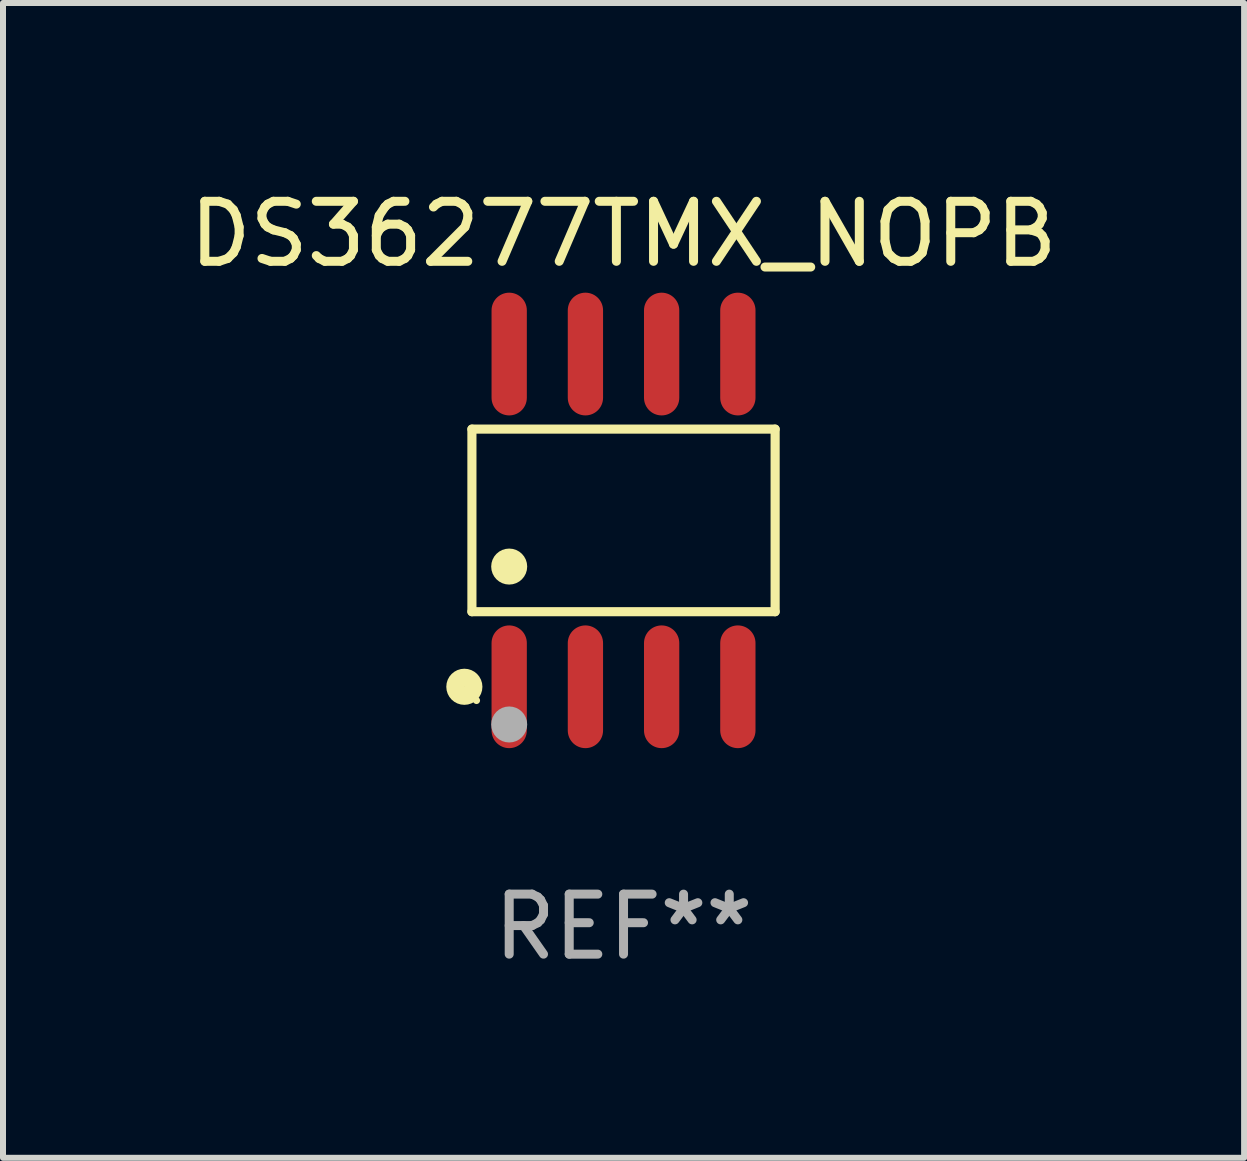
<source format=kicad_pcb>
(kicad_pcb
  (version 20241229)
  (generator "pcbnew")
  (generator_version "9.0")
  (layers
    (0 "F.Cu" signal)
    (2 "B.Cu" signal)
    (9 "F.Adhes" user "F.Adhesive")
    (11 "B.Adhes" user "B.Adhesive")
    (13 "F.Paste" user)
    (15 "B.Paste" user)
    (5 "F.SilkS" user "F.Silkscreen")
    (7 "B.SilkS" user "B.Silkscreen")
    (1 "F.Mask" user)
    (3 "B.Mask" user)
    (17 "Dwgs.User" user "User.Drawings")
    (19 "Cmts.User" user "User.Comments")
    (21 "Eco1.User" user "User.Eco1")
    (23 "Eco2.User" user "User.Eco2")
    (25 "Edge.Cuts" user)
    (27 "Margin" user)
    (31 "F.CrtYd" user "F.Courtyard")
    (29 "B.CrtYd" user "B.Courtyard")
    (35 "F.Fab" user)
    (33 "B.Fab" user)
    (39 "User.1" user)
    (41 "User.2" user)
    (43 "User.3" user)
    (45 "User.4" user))
  (footprint "DS36277TMX_NOPB"
    (layer "F.Cu")
    (at 7.339 5.621)
    (property "Reference" "DS36277TMX_NOPB" (at 0 -4.772 0) (layer "F.SilkS") (effects (font (size 1 1) (thickness 0.15))))
    (attr through_hole)
    (fp_line (start -2.526 -1.521) (end 2.526 -1.521) (stroke (width 0.152) (type solid)) (layer "F.SilkS"))
    (fp_line (start -2.526 1.521) (end -2.526 -1.521) (stroke (width 0.152) (type solid)) (layer "F.SilkS"))
    (fp_line (start 2.526 -1.521) (end 2.526 1.521) (stroke (width 0.152) (type solid)) (layer "F.SilkS"))
    (fp_line (start 2.526 1.521) (end -2.526 1.521) (stroke (width 0.152) (type solid)) (layer "F.SilkS"))
    (fp_circle (center -2.652 2.772) (end -2.501 2.772) (stroke (width 0.3) (type solid)) (fill no) (layer "F.SilkS"))
    (fp_circle (center -2.45 3) (end -2.42 3) (stroke (width 0.06) (type solid)) (fill no) (layer "F.SilkS"))
    (fp_circle (center -1.905 0.769) (end -1.755 0.769) (stroke (width 0.3) (type solid)) (fill no) (layer "F.SilkS"))
    (fp_circle (center -1.905 3.4) (end -1.755 3.4) (stroke (width 0.3) (type solid)) (fill no) (layer "F.Fab"))
    (fp_text user "REF**" (at 0 6.772 0) (layer "F.Fab") (effects (font (size 1 1) (thickness 0.15))))
    (pad "1" smd oval (at -1.905 2.772) (size 0.588 2.045) (layers "F.Cu" "F.Mask" "F.Paste"))
    (pad "2" smd oval (at -0.635 2.772) (size 0.588 2.045) (layers "F.Cu" "F.Mask" "F.Paste"))
    (pad "3" smd oval (at 0.635 2.772) (size 0.588 2.045) (layers "F.Cu" "F.Mask" "F.Paste"))
    (pad "4" smd oval (at 1.905 2.772) (size 0.588 2.045) (layers "F.Cu" "F.Mask" "F.Paste"))
    (pad "5" smd oval (at 1.905 -2.772) (size 0.588 2.045) (layers "F.Cu" "F.Mask" "F.Paste"))
    (pad "6" smd oval (at 0.635 -2.772) (size 0.588 2.045) (layers "F.Cu" "F.Mask" "F.Paste"))
    (pad "7" smd oval (at -0.635 -2.772) (size 0.588 2.045) (layers "F.Cu" "F.Mask" "F.Paste"))
    (pad "8" smd oval (at -1.905 -2.772) (size 0.588 2.045) (layers "F.Cu" "F.Mask" "F.Paste")))
  (gr_rect
    (start -3 -3)
    (end 17.679 16.241)
    (stroke (width 0.1) (type default))
    (fill no)
    (layer "Edge.Cuts")))
</source>
